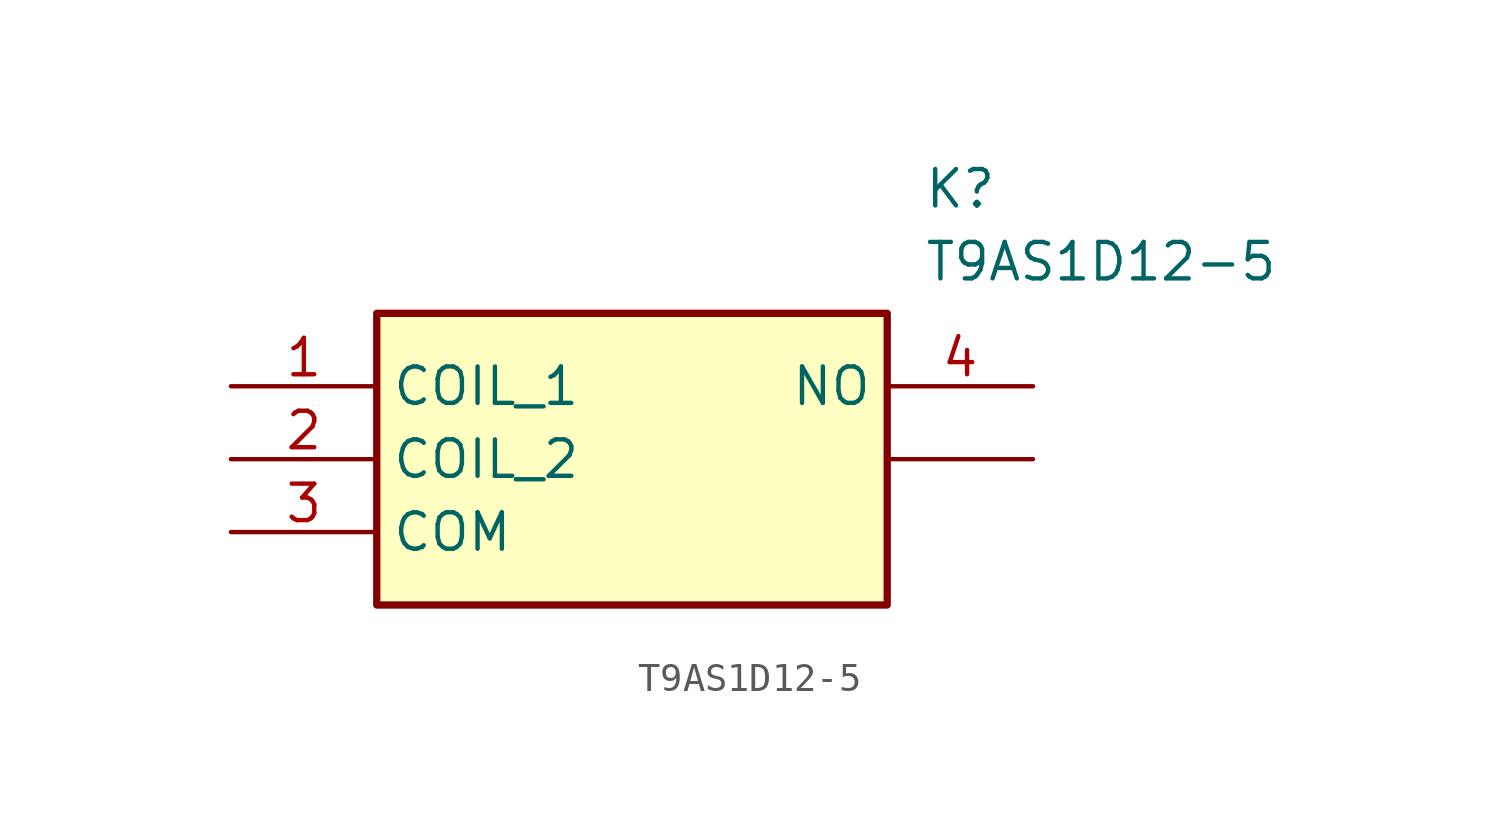
<source format=kicad_sym>
(kicad_symbol_lib
  (version 20211014)
  (generator SamacSys_ECAD_Model)
  (symbol "T9AS1D12-5"
    (property "Reference" "K"
      (at 24.13 7.62 0)
      (effects (font (size 1.27 1.27)) (justify left top)))
    (property "Value" "T9AS1D12-5"
      (at 24.13 5.08 0)
      (effects (font (size 1.27 1.27)) (justify left top)))
    (rectangle
      (start 5.08 2.54)
      (end 22.86 -7.62)
      (stroke (width 0.254) (type default))
      (fill (type background)))
    (pin passive line
      (at 0 0 0)
      (length 5.08)
      (name "COIL_1" (effects (font (size 1.27 1.27))))
      (number "1" (effects (font (size 1.27 1.27)))))
    (pin passive line
      (at 0 -2.54 0)
      (length 5.08)
      (name "COIL_2" (effects (font (size 1.27 1.27))))
      (number "2" (effects (font (size 1.27 1.27)))))
    (pin passive line
      (at 0 -5.08 0)
      (length 5.08)
      (name "COM" (effects (font (size 1.27 1.27))))
      (number "3" (effects (font (size 1.27 1.27)))))
    (pin passive line
      (at 27.94 0 180)
      (length 5.08)
      (name "NO" (effects (font (size 1.27 1.27))))
      (number "4" (effects (font (size 1.27 1.27)))))
    (pin passive line
      (at 27.94 -2.54 180)
      (length 5.08)
      (name "" (effects (font (size 1.27 1.27))))
      (number "" (effects (font (size 1.27 1.27)))))))
</source>
